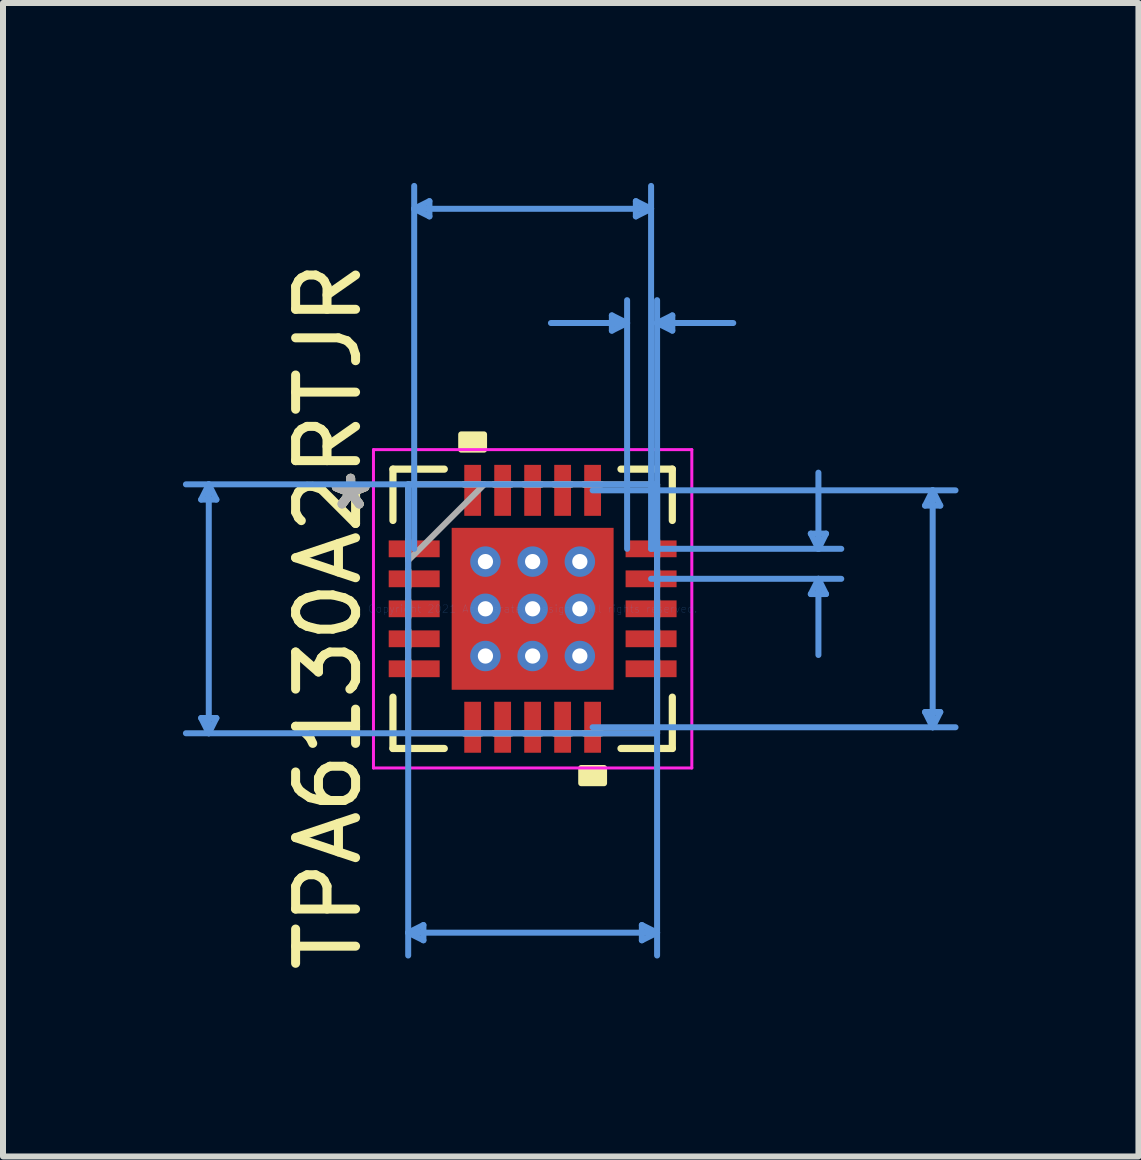
<source format=kicad_pcb>
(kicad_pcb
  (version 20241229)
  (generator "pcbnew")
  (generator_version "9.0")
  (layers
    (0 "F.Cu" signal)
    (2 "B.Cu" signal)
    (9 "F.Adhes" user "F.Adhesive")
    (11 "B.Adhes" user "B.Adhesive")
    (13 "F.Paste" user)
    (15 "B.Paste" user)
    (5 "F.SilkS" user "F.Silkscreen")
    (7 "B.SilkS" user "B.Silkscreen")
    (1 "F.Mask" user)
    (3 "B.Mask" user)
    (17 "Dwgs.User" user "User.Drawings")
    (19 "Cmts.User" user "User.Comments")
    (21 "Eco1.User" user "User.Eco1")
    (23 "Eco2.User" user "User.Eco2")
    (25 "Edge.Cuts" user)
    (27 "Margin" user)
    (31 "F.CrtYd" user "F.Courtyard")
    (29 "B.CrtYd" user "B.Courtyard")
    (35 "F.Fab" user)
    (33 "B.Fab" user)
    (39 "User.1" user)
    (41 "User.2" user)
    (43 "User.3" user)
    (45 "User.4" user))
  (footprint "TPA6130A2RTJR"
    (layer "F.Cu")
    (at 5.831 7.101)
    (property "Reference" "TPA6130A2RTJR" (at -3.407 0.125 90) (layer "F.SilkS") (effects (font (size 1 1) (thickness 0.15))))
    (attr through_hole)
    (fp_poly (pts (xy -2.45 -1.19) (xy -2.45 -0.81) (xy -1.5 -0.81) (xy -1.5 -1.19)) (stroke (width 0.1) (type solid)) (fill yes) (layer "F.Mask"))
    (fp_poly (pts (xy -2.45 -0.69) (xy -2.45 -0.31) (xy -1.5 -0.31) (xy -1.5 -0.69)) (stroke (width 0.1) (type solid)) (fill yes) (layer "F.Mask"))
    (fp_poly (pts (xy -2.45 -0.19) (xy -2.45 0.19) (xy -1.5 0.19) (xy -1.5 -0.19)) (stroke (width 0.1) (type solid)) (fill yes) (layer "F.Mask"))
    (fp_poly (pts (xy -2.45 0.31) (xy -2.45 0.69) (xy -1.5 0.69) (xy -1.5 0.31)) (stroke (width 0.1) (type solid)) (fill yes) (layer "F.Mask"))
    (fp_poly (pts (xy -2.45 0.81) (xy -2.45 1.19) (xy -1.5 1.19) (xy -1.5 0.81)) (stroke (width 0.1) (type solid)) (fill yes) (layer "F.Mask"))
    (fp_poly (pts (xy -1.413 -1.413) (xy -0.987 -1.413) (xy -0.987 1.413) (xy -1.413 1.413)) (stroke (width 0.1) (type solid)) (fill yes) (layer "F.Mask"))
    (fp_poly (pts (xy -1.413 -1.413) (xy 1.413 -1.413) (xy 1.413 -0.987) (xy -1.413 -0.987)) (stroke (width 0.1) (type solid)) (fill yes) (layer "F.Mask"))
    (fp_poly (pts (xy -1.413 -0.587) (xy 1.413 -0.587) (xy 1.413 -0.2) (xy -1.413 -0.2)) (stroke (width 0.1) (type solid)) (fill yes) (layer "F.Mask"))
    (fp_poly (pts (xy -1.413 0.2) (xy 1.413 0.2) (xy 1.413 0.587) (xy -1.413 0.587)) (stroke (width 0.1) (type solid)) (fill yes) (layer "F.Mask"))
    (fp_poly (pts (xy -1.413 0.987) (xy 1.413 0.987) (xy 1.413 1.413) (xy -1.413 1.413)) (stroke (width 0.1) (type solid)) (fill yes) (layer "F.Mask"))
    (fp_poly (pts (xy -1.19 -2.45) (xy -1.19 -1.5) (xy -0.81 -1.5) (xy -0.81 -2.45)) (stroke (width 0.1) (type solid)) (fill yes) (layer "F.Mask"))
    (fp_poly (pts (xy -1.19 1.5) (xy -1.19 2.45) (xy -0.81 2.45) (xy -0.81 1.5)) (stroke (width 0.1) (type solid)) (fill yes) (layer "F.Mask"))
    (fp_poly (pts (xy -0.69 -2.45) (xy -0.69 -1.5) (xy -0.31 -1.5) (xy -0.31 -2.45)) (stroke (width 0.1) (type solid)) (fill yes) (layer "F.Mask"))
    (fp_poly (pts (xy -0.69 1.5) (xy -0.69 2.45) (xy -0.31 2.45) (xy -0.31 1.5)) (stroke (width 0.1) (type solid)) (fill yes) (layer "F.Mask"))
    (fp_poly (pts (xy -0.2 -1.413) (xy -0.587 -1.413) (xy -0.587 1.413) (xy -0.2 1.413)) (stroke (width 0.1) (type solid)) (fill yes) (layer "F.Mask"))
    (fp_poly (pts (xy -0.19 -2.45) (xy -0.19 -1.5) (xy 0.19 -1.5) (xy 0.19 -2.45)) (stroke (width 0.1) (type solid)) (fill yes) (layer "F.Mask"))
    (fp_poly (pts (xy -0.19 1.5) (xy -0.19 2.45) (xy 0.19 2.45) (xy 0.19 1.5)) (stroke (width 0.1) (type solid)) (fill yes) (layer "F.Mask"))
    (fp_poly (pts (xy 0.31 -2.45) (xy 0.31 -1.5) (xy 0.69 -1.5) (xy 0.69 -2.45)) (stroke (width 0.1) (type solid)) (fill yes) (layer "F.Mask"))
    (fp_poly (pts (xy 0.31 1.5) (xy 0.31 2.45) (xy 0.69 2.45) (xy 0.69 1.5)) (stroke (width 0.1) (type solid)) (fill yes) (layer "F.Mask"))
    (fp_poly (pts (xy 0.587 -1.413) (xy 0.2 -1.413) (xy 0.2 1.413) (xy 0.587 1.413)) (stroke (width 0.1) (type solid)) (fill yes) (layer "F.Mask"))
    (fp_poly (pts (xy 0.81 -2.45) (xy 0.81 -1.5) (xy 1.19 -1.5) (xy 1.19 -2.45)) (stroke (width 0.1) (type solid)) (fill yes) (layer "F.Mask"))
    (fp_poly (pts (xy 0.81 1.5) (xy 0.81 2.45) (xy 1.19 2.45) (xy 1.19 1.5)) (stroke (width 0.1) (type solid)) (fill yes) (layer "F.Mask"))
    (fp_poly (pts (xy 0.987 -1.413) (xy 1.413 -1.413) (xy 1.413 1.413) (xy 0.987 1.413)) (stroke (width 0.1) (type solid)) (fill yes) (layer "F.Mask"))
    (fp_poly (pts (xy 1.5 -1.19) (xy 1.5 -0.81) (xy 2.45 -0.81) (xy 2.45 -1.19)) (stroke (width 0.1) (type solid)) (fill yes) (layer "F.Mask"))
    (fp_poly (pts (xy 1.5 -0.69) (xy 1.5 -0.31) (xy 2.45 -0.31) (xy 2.45 -0.69)) (stroke (width 0.1) (type solid)) (fill yes) (layer "F.Mask"))
    (fp_poly (pts (xy 1.5 -0.19) (xy 1.5 0.19) (xy 2.45 0.19) (xy 2.45 -0.19)) (stroke (width 0.1) (type solid)) (fill yes) (layer "F.Mask"))
    (fp_poly (pts (xy 1.5 0.31) (xy 1.5 0.69) (xy 2.45 0.69) (xy 2.45 0.31)) (stroke (width 0.1) (type solid)) (fill yes) (layer "F.Mask"))
    (fp_poly (pts (xy 1.5 0.81) (xy 1.5 1.19) (xy 2.45 1.19) (xy 2.45 0.81)) (stroke (width 0.1) (type solid)) (fill yes) (layer "F.Mask"))
    (fp_line (start -2.329 -2.329) (end -2.329 -1.473) (stroke (width 0.12) (type solid)) (layer "F.SilkS"))
    (fp_line (start -2.329 1.473) (end -2.329 2.329) (stroke (width 0.12) (type solid)) (layer "F.SilkS"))
    (fp_line (start -2.329 2.329) (end -1.473 2.329) (stroke (width 0.12) (type solid)) (layer "F.SilkS"))
    (fp_line (start -1.473 -2.329) (end -2.329 -2.329) (stroke (width 0.12) (type solid)) (layer "F.SilkS"))
    (fp_line (start 1.473 2.329) (end 2.329 2.329) (stroke (width 0.12) (type solid)) (layer "F.SilkS"))
    (fp_line (start 2.329 -2.329) (end 1.473 -2.329) (stroke (width 0.12) (type solid)) (layer "F.SilkS"))
    (fp_line (start 2.329 -1.473) (end 2.329 -2.329) (stroke (width 0.12) (type solid)) (layer "F.SilkS"))
    (fp_line (start 2.329 2.329) (end 2.329 1.473) (stroke (width 0.12) (type solid)) (layer "F.SilkS"))
    (fp_poly (pts (xy -1.191 -2.654) (xy -1.191 -2.908) (xy -0.81 -2.908) (xy -0.81 -2.654)) (stroke (width 0.1) (type solid)) (fill yes) (layer "F.SilkS"))
    (fp_poly (pts (xy 0.81 2.654) (xy 0.81 2.908) (xy 1.191 2.908) (xy 1.191 2.654)) (stroke (width 0.1) (type solid)) (fill yes) (layer "F.SilkS"))
    (fp_poly (pts (xy -2.375 -1.115) (xy -2.375 -0.885) (xy -1.575 -0.885) (xy -1.575 -1.115)) (stroke (width 0.1) (type solid)) (fill yes) (layer "F.Paste"))
    (fp_poly (pts (xy -2.375 -0.615) (xy -2.375 -0.385) (xy -1.575 -0.385) (xy -1.575 -0.615)) (stroke (width 0.1) (type solid)) (fill yes) (layer "F.Paste"))
    (fp_poly (pts (xy -2.375 -0.115) (xy -2.375 0.115) (xy -1.575 0.115) (xy -1.575 -0.115)) (stroke (width 0.1) (type solid)) (fill yes) (layer "F.Paste"))
    (fp_poly (pts (xy -2.375 0.385) (xy -2.375 0.615) (xy -1.575 0.615) (xy -1.575 0.385)) (stroke (width 0.1) (type solid)) (fill yes) (layer "F.Paste"))
    (fp_poly (pts (xy -2.375 0.885) (xy -2.375 1.115) (xy -1.575 1.115) (xy -1.575 0.885)) (stroke (width 0.1) (type solid)) (fill yes) (layer "F.Paste"))
    (fp_poly (pts (xy -1.115 -2.375) (xy -1.115 -1.575) (xy -0.885 -1.575) (xy -0.885 -2.375)) (stroke (width 0.1) (type solid)) (fill yes) (layer "F.Paste"))
    (fp_poly (pts (xy -1.115 1.575) (xy -1.115 2.375) (xy -0.885 2.375) (xy -0.885 1.575)) (stroke (width 0.1) (type solid)) (fill yes) (layer "F.Paste"))
    (fp_poly (pts (xy -0.615 -2.375) (xy -0.615 -1.575) (xy -0.385 -1.575) (xy -0.385 -2.375)) (stroke (width 0.1) (type solid)) (fill yes) (layer "F.Paste"))
    (fp_poly (pts (xy -0.615 1.575) (xy -0.615 2.375) (xy -0.385 2.375) (xy -0.385 1.575)) (stroke (width 0.1) (type solid)) (fill yes) (layer "F.Paste"))
    (fp_poly (pts (xy -0.115 -2.375) (xy -0.115 -1.575) (xy 0.115 -1.575) (xy 0.115 -2.375)) (stroke (width 0.1) (type solid)) (fill yes) (layer "F.Paste"))
    (fp_poly (pts (xy -0.115 1.575) (xy -0.115 2.375) (xy 0.115 2.375) (xy 0.115 1.575)) (stroke (width 0.1) (type solid)) (fill yes) (layer "F.Paste"))
    (fp_poly (pts (xy 0.385 -2.375) (xy 0.385 -1.575) (xy 0.615 -1.575) (xy 0.615 -2.375)) (stroke (width 0.1) (type solid)) (fill yes) (layer "F.Paste"))
    (fp_poly (pts (xy 0.385 1.575) (xy 0.385 2.375) (xy 0.615 2.375) (xy 0.615 1.575)) (stroke (width 0.1) (type solid)) (fill yes) (layer "F.Paste"))
    (fp_poly (pts (xy 0.885 -2.375) (xy 0.885 -1.575) (xy 1.115 -1.575) (xy 1.115 -2.375)) (stroke (width 0.1) (type solid)) (fill yes) (layer "F.Paste"))
    (fp_poly (pts (xy 0.885 1.575) (xy 0.885 2.375) (xy 1.115 2.375) (xy 1.115 1.575)) (stroke (width 0.1) (type solid)) (fill yes) (layer "F.Paste"))
    (fp_poly (pts (xy 1.575 -1.115) (xy 1.575 -0.885) (xy 2.375 -0.885) (xy 2.375 -1.115)) (stroke (width 0.1) (type solid)) (fill yes) (layer "F.Paste"))
    (fp_poly (pts (xy 1.575 -0.615) (xy 1.575 -0.385) (xy 2.375 -0.385) (xy 2.375 -0.615)) (stroke (width 0.1) (type solid)) (fill yes) (layer "F.Paste"))
    (fp_poly (pts (xy 1.575 -0.115) (xy 1.575 0.115) (xy 2.375 0.115) (xy 2.375 -0.115)) (stroke (width 0.1) (type solid)) (fill yes) (layer "F.Paste"))
    (fp_poly (pts (xy 1.575 0.385) (xy 1.575 0.615) (xy 2.375 0.615) (xy 2.375 0.385)) (stroke (width 0.1) (type solid)) (fill yes) (layer "F.Paste"))
    (fp_poly (pts (xy 1.575 0.885) (xy 1.575 1.115) (xy 2.375 1.115) (xy 2.375 0.885)) (stroke (width 0.1) (type solid)) (fill yes) (layer "F.Paste"))
    (fp_poly (pts (xy -1.275 -1.275) (xy -1.275 -0.887) (xy -1.029 -0.887) (xy -0.887 -1.029) (xy -0.887 -1.275)) (stroke (width 0.1) (type solid)) (fill yes) (layer "F.Paste"))
    (fp_poly (pts (xy -1.275 0.887) (xy -1.275 1.275) (xy -0.887 1.275) (xy -0.887 1.029) (xy -1.029 0.887)) (stroke (width 0.1) (type solid)) (fill yes) (layer "F.Paste"))
    (fp_poly (pts (xy 0.887 -1.275) (xy 0.887 -1.029) (xy 1.029 -0.887) (xy 1.275 -0.887) (xy 1.275 -1.275)) (stroke (width 0.1) (type solid)) (fill yes) (layer "F.Paste"))
    (fp_poly (pts (xy 1.029 0.887) (xy 0.887 1.029) (xy 0.887 1.275) (xy 1.275 1.275) (xy 1.275 0.887)) (stroke (width 0.1) (type solid)) (fill yes) (layer "F.Paste"))
    (fp_poly (pts (xy -1.275 -0.687) (xy -1.275 -0.1) (xy -1.029 -0.1) (xy -0.887 -0.241) (xy -0.887 -0.546) (xy -1.029 -0.687)) (stroke (width 0.1) (type solid)) (fill yes) (layer "F.Paste"))
    (fp_poly (pts (xy -1.275 0.1) (xy -1.275 0.687) (xy -1.029 0.687) (xy -0.887 0.546) (xy -0.887 0.241) (xy -1.029 0.1)) (stroke (width 0.1) (type solid)) (fill yes) (layer "F.Paste"))
    (fp_poly (pts (xy -0.687 -1.275) (xy -0.687 -1.029) (xy -0.546 -0.887) (xy -0.241 -0.887) (xy -0.1 -1.029) (xy -0.1 -1.275)) (stroke (width 0.1) (type solid)) (fill yes) (layer "F.Paste"))
    (fp_poly (pts (xy -0.546 0.887) (xy -0.687 1.029) (xy -0.687 1.275) (xy -0.1 1.275) (xy -0.1 1.029) (xy -0.241 0.887)) (stroke (width 0.1) (type solid)) (fill yes) (layer "F.Paste"))
    (fp_poly (pts (xy 0.1 -1.275) (xy 0.1 -1.029) (xy 0.241 -0.887) (xy 0.546 -0.887) (xy 0.687 -1.029) (xy 0.687 -1.275)) (stroke (width 0.1) (type solid)) (fill yes) (layer "F.Paste"))
    (fp_poly (pts (xy 0.241 0.887) (xy 0.1 1.029) (xy 0.1 1.275) (xy 0.687 1.275) (xy 0.687 1.029) (xy 0.546 0.887)) (stroke (width 0.1) (type solid)) (fill yes) (layer "F.Paste"))
    (fp_poly (pts (xy 1.029 -0.687) (xy 0.887 -0.546) (xy 0.887 -0.241) (xy 1.029 -0.1) (xy 1.275 -0.1) (xy 1.275 -0.687)) (stroke (width 0.1) (type solid)) (fill yes) (layer "F.Paste"))
    (fp_poly (pts (xy 1.029 0.1) (xy 0.887 0.241) (xy 0.887 0.546) (xy 1.029 0.687) (xy 1.275 0.687) (xy 1.275 0.1)) (stroke (width 0.1) (type solid)) (fill yes) (layer "F.Paste"))
    (fp_poly (pts (xy -0.546 -0.687) (xy -0.687 -0.546) (xy -0.687 -0.241) (xy -0.546 -0.1) (xy -0.241 -0.1) (xy -0.1 -0.241) (xy -0.1 -0.546) (xy -0.241 -0.687)) (stroke (width 0.1) (type solid)) (fill yes) (layer "F.Paste"))
    (fp_poly (pts (xy -0.546 0.1) (xy -0.687 0.241) (xy -0.687 0.546) (xy -0.546 0.687) (xy -0.241 0.687) (xy -0.1 0.546) (xy -0.1 0.241) (xy -0.241 0.1)) (stroke (width 0.1) (type solid)) (fill yes) (layer "F.Paste"))
    (fp_poly (pts (xy 0.241 -0.687) (xy 0.1 -0.546) (xy 0.1 -0.241) (xy 0.241 -0.1) (xy 0.546 -0.1) (xy 0.687 -0.241) (xy 0.687 -0.546) (xy 0.546 -0.687)) (stroke (width 0.1) (type solid)) (fill yes) (layer "F.Paste"))
    (fp_poly (pts (xy 0.241 0.1) (xy 0.1 0.241) (xy 0.1 0.546) (xy 0.241 0.687) (xy 0.546 0.687) (xy 0.687 0.546) (xy 0.687 0.241) (xy 0.546 0.1)) (stroke (width 0.1) (type solid)) (fill yes) (layer "F.Paste"))
    (fp_line (start -5.527 -1.821) (end -5.273 -1.821) (stroke (width 0.1) (type solid)) (layer "Cmts.User"))
    (fp_line (start -5.527 1.821) (end -5.273 1.821) (stroke (width 0.1) (type solid)) (layer "Cmts.User"))
    (fp_line (start -5.4 -2.075) (end -5.527 -1.821) (stroke (width 0.1) (type solid)) (layer "Cmts.User"))
    (fp_line (start -5.4 -2.075) (end -5.4 2.075) (stroke (width 0.1) (type solid)) (layer "Cmts.User"))
    (fp_line (start -5.4 -2.075) (end -5.273 -1.821) (stroke (width 0.1) (type solid)) (layer "Cmts.User"))
    (fp_line (start -5.4 2.075) (end -5.527 1.821) (stroke (width 0.1) (type solid)) (layer "Cmts.User"))
    (fp_line (start -5.4 2.075) (end -5.273 1.821) (stroke (width 0.1) (type solid)) (layer "Cmts.User"))
    (fp_line (start -2.075 -2.075) (end -2.075 5.781) (stroke (width 0.1) (type solid)) (layer "Cmts.User"))
    (fp_line (start -2.075 5.4) (end -1.821 5.273) (stroke (width 0.1) (type solid)) (layer "Cmts.User"))
    (fp_line (start -2.075 5.4) (end -1.821 5.527) (stroke (width 0.1) (type solid)) (layer "Cmts.User"))
    (fp_line (start -2.075 5.4) (end 2.075 5.4) (stroke (width 0.1) (type solid)) (layer "Cmts.User"))
    (fp_line (start -1.975 -6.67) (end -1.721 -6.797) (stroke (width 0.1) (type solid)) (layer "Cmts.User"))
    (fp_line (start -1.975 -6.67) (end -1.721 -6.543) (stroke (width 0.1) (type solid)) (layer "Cmts.User"))
    (fp_line (start -1.975 -6.67) (end 1.975 -6.67) (stroke (width 0.1) (type solid)) (layer "Cmts.User"))
    (fp_line (start -1.975 -1) (end -1.975 -7.051) (stroke (width 0.1) (type solid)) (layer "Cmts.User"))
    (fp_line (start -1.821 5.273) (end -1.821 5.527) (stroke (width 0.1) (type solid)) (layer "Cmts.User"))
    (fp_line (start -1.721 -6.797) (end -1.721 -6.543) (stroke (width 0.1) (type solid)) (layer "Cmts.User"))
    (fp_line (start 1 -1.975) (end 7.051 -1.975) (stroke (width 0.1) (type solid)) (layer "Cmts.User"))
    (fp_line (start 1 1.975) (end 7.051 1.975) (stroke (width 0.1) (type solid)) (layer "Cmts.User"))
    (fp_line (start 1.321 -4.892) (end 1.321 -4.638) (stroke (width 0.1) (type solid)) (layer "Cmts.User"))
    (fp_line (start 1.575 -4.765) (end 0.305 -4.765) (stroke (width 0.1) (type solid)) (layer "Cmts.User"))
    (fp_line (start 1.575 -4.765) (end 1.321 -4.892) (stroke (width 0.1) (type solid)) (layer "Cmts.User"))
    (fp_line (start 1.575 -4.765) (end 1.321 -4.638) (stroke (width 0.1) (type solid)) (layer "Cmts.User"))
    (fp_line (start 1.575 -1) (end 1.575 -5.146) (stroke (width 0.1) (type solid)) (layer "Cmts.User"))
    (fp_line (start 1.721 -6.797) (end 1.721 -6.543) (stroke (width 0.1) (type solid)) (layer "Cmts.User"))
    (fp_line (start 1.821 5.273) (end 1.821 5.527) (stroke (width 0.1) (type solid)) (layer "Cmts.User"))
    (fp_line (start 1.975 -6.67) (end 1.721 -6.797) (stroke (width 0.1) (type solid)) (layer "Cmts.User"))
    (fp_line (start 1.975 -6.67) (end 1.721 -6.543) (stroke (width 0.1) (type solid)) (layer "Cmts.User"))
    (fp_line (start 1.975 -1) (end 1.975 -7.051) (stroke (width 0.1) (type solid)) (layer "Cmts.User"))
    (fp_line (start 1.975 -1) (end 5.146 -1) (stroke (width 0.1) (type solid)) (layer "Cmts.User"))
    (fp_line (start 1.975 -0.5) (end 5.146 -0.5) (stroke (width 0.1) (type solid)) (layer "Cmts.User"))
    (fp_line (start 2.075 -4.765) (end 2.329 -4.892) (stroke (width 0.1) (type solid)) (layer "Cmts.User"))
    (fp_line (start 2.075 -4.765) (end 2.329 -4.638) (stroke (width 0.1) (type solid)) (layer "Cmts.User"))
    (fp_line (start 2.075 -4.765) (end 3.345 -4.765) (stroke (width 0.1) (type solid)) (layer "Cmts.User"))
    (fp_line (start 2.075 -2.075) (end -5.781 -2.075) (stroke (width 0.1) (type solid)) (layer "Cmts.User"))
    (fp_line (start 2.075 -2.075) (end 2.075 5.781) (stroke (width 0.1) (type solid)) (layer "Cmts.User"))
    (fp_line (start 2.075 -1) (end 2.075 -5.146) (stroke (width 0.1) (type solid)) (layer "Cmts.User"))
    (fp_line (start 2.075 2.075) (end -5.781 2.075) (stroke (width 0.1) (type solid)) (layer "Cmts.User"))
    (fp_line (start 2.075 5.4) (end 1.821 5.273) (stroke (width 0.1) (type solid)) (layer "Cmts.User"))
    (fp_line (start 2.075 5.4) (end 1.821 5.527) (stroke (width 0.1) (type solid)) (layer "Cmts.User"))
    (fp_line (start 2.329 -4.892) (end 2.329 -4.638) (stroke (width 0.1) (type solid)) (layer "Cmts.User"))
    (fp_line (start 4.638 -1.254) (end 4.892 -1.254) (stroke (width 0.1) (type solid)) (layer "Cmts.User"))
    (fp_line (start 4.638 -0.246) (end 4.892 -0.246) (stroke (width 0.1) (type solid)) (layer "Cmts.User"))
    (fp_line (start 4.765 -1) (end 4.638 -1.254) (stroke (width 0.1) (type solid)) (layer "Cmts.User"))
    (fp_line (start 4.765 -1) (end 4.765 -2.27) (stroke (width 0.1) (type solid)) (layer "Cmts.User"))
    (fp_line (start 4.765 -1) (end 4.892 -1.254) (stroke (width 0.1) (type solid)) (layer "Cmts.User"))
    (fp_line (start 4.765 -0.5) (end 4.638 -0.246) (stroke (width 0.1) (type solid)) (layer "Cmts.User"))
    (fp_line (start 4.765 -0.5) (end 4.765 0.77) (stroke (width 0.1) (type solid)) (layer "Cmts.User"))
    (fp_line (start 4.765 -0.5) (end 4.892 -0.246) (stroke (width 0.1) (type solid)) (layer "Cmts.User"))
    (fp_line (start 6.543 -1.721) (end 6.797 -1.721) (stroke (width 0.1) (type solid)) (layer "Cmts.User"))
    (fp_line (start 6.543 1.721) (end 6.797 1.721) (stroke (width 0.1) (type solid)) (layer "Cmts.User"))
    (fp_line (start 6.67 -1.975) (end 6.543 -1.721) (stroke (width 0.1) (type solid)) (layer "Cmts.User"))
    (fp_line (start 6.67 -1.975) (end 6.67 1.975) (stroke (width 0.1) (type solid)) (layer "Cmts.User"))
    (fp_line (start 6.67 -1.975) (end 6.797 -1.721) (stroke (width 0.1) (type solid)) (layer "Cmts.User"))
    (fp_line (start 6.67 1.975) (end 6.543 1.721) (stroke (width 0.1) (type solid)) (layer "Cmts.User"))
    (fp_line (start 6.67 1.975) (end 6.797 1.721) (stroke (width 0.1) (type solid)) (layer "Cmts.User"))
    (fp_line (start -2.654 -2.654) (end 2.654 -2.654) (stroke (width 0.05) (type solid)) (layer "F.CrtYd"))
    (fp_line (start -2.654 2.654) (end -2.654 -2.654) (stroke (width 0.05) (type solid)) (layer "F.CrtYd"))
    (fp_line (start 2.654 -2.654) (end 2.654 2.654) (stroke (width 0.05) (type solid)) (layer "F.CrtYd"))
    (fp_line (start 2.654 2.654) (end -2.654 2.654) (stroke (width 0.05) (type solid)) (layer "F.CrtYd"))
    (fp_line (start -2.075 -2.075) (end -2.075 2.075) (stroke (width 0.1) (type solid)) (layer "F.Fab"))
    (fp_line (start -2.075 -1.15) (end -2.075 -1.15) (stroke (width 0.1) (type solid)) (layer "F.Fab"))
    (fp_line (start -2.075 -1.15) (end -2.075 -0.85) (stroke (width 0.1) (type solid)) (layer "F.Fab"))
    (fp_line (start -2.075 -0.85) (end -2.075 -1.15) (stroke (width 0.1) (type solid)) (layer "F.Fab"))
    (fp_line (start -2.075 -0.85) (end -2.075 -0.85) (stroke (width 0.1) (type solid)) (layer "F.Fab"))
    (fp_line (start -2.075 -0.805) (end -0.805 -2.075) (stroke (width 0.1) (type solid)) (layer "F.Fab"))
    (fp_line (start -2.075 -0.65) (end -2.075 -0.65) (stroke (width 0.1) (type solid)) (layer "F.Fab"))
    (fp_line (start -2.075 -0.65) (end -2.075 -0.35) (stroke (width 0.1) (type solid)) (layer "F.Fab"))
    (fp_line (start -2.075 -0.35) (end -2.075 -0.65) (stroke (width 0.1) (type solid)) (layer "F.Fab"))
    (fp_line (start -2.075 -0.35) (end -2.075 -0.35) (stroke (width 0.1) (type solid)) (layer "F.Fab"))
    (fp_line (start -2.075 -0.15) (end -2.075 -0.15) (stroke (width 0.1) (type solid)) (layer "F.Fab"))
    (fp_line (start -2.075 -0.15) (end -2.075 0.15) (stroke (width 0.1) (type solid)) (layer "F.Fab"))
    (fp_line (start -2.075 0.15) (end -2.075 -0.15) (stroke (width 0.1) (type solid)) (layer "F.Fab"))
    (fp_line (start -2.075 0.15) (end -2.075 0.15) (stroke (width 0.1) (type solid)) (layer "F.Fab"))
    (fp_line (start -2.075 0.35) (end -2.075 0.35) (stroke (width 0.1) (type solid)) (layer "F.Fab"))
    (fp_line (start -2.075 0.35) (end -2.075 0.65) (stroke (width 0.1) (type solid)) (layer "F.Fab"))
    (fp_line (start -2.075 0.65) (end -2.075 0.35) (stroke (width 0.1) (type solid)) (layer "F.Fab"))
    (fp_line (start -2.075 0.65) (end -2.075 0.65) (stroke (width 0.1) (type solid)) (layer "F.Fab"))
    (fp_line (start -2.075 0.85) (end -2.075 0.85) (stroke (width 0.1) (type solid)) (layer "F.Fab"))
    (fp_line (start -2.075 0.85) (end -2.075 1.15) (stroke (width 0.1) (type solid)) (layer "F.Fab"))
    (fp_line (start -2.075 1.15) (end -2.075 0.85) (stroke (width 0.1) (type solid)) (layer "F.Fab"))
    (fp_line (start -2.075 1.15) (end -2.075 1.15) (stroke (width 0.1) (type solid)) (layer "F.Fab"))
    (fp_line (start -2.075 2.075) (end 2.075 2.075) (stroke (width 0.1) (type solid)) (layer "F.Fab"))
    (fp_line (start -1.15 -2.075) (end -1.15 -2.075) (stroke (width 0.1) (type solid)) (layer "F.Fab"))
    (fp_line (start -1.15 -2.075) (end -0.85 -2.075) (stroke (width 0.1) (type solid)) (layer "F.Fab"))
    (fp_line (start -1.15 2.075) (end -1.15 2.075) (stroke (width 0.1) (type solid)) (layer "F.Fab"))
    (fp_line (start -1.15 2.075) (end -0.85 2.075) (stroke (width 0.1) (type solid)) (layer "F.Fab"))
    (fp_line (start -0.85 -2.075) (end -1.15 -2.075) (stroke (width 0.1) (type solid)) (layer "F.Fab"))
    (fp_line (start -0.85 -2.075) (end -0.85 -2.075) (stroke (width 0.1) (type solid)) (layer "F.Fab"))
    (fp_line (start -0.85 2.075) (end -1.15 2.075) (stroke (width 0.1) (type solid)) (layer "F.Fab"))
    (fp_line (start -0.85 2.075) (end -0.85 2.075) (stroke (width 0.1) (type solid)) (layer "F.Fab"))
    (fp_line (start -0.65 -2.075) (end -0.65 -2.075) (stroke (width 0.1) (type solid)) (layer "F.Fab"))
    (fp_line (start -0.65 -2.075) (end -0.35 -2.075) (stroke (width 0.1) (type solid)) (layer "F.Fab"))
    (fp_line (start -0.65 2.075) (end -0.65 2.075) (stroke (width 0.1) (type solid)) (layer "F.Fab"))
    (fp_line (start -0.65 2.075) (end -0.35 2.075) (stroke (width 0.1) (type solid)) (layer "F.Fab"))
    (fp_line (start -0.35 -2.075) (end -0.65 -2.075) (stroke (width 0.1) (type solid)) (layer "F.Fab"))
    (fp_line (start -0.35 -2.075) (end -0.35 -2.075) (stroke (width 0.1) (type solid)) (layer "F.Fab"))
    (fp_line (start -0.35 2.075) (end -0.65 2.075) (stroke (width 0.1) (type solid)) (layer "F.Fab"))
    (fp_line (start -0.35 2.075) (end -0.35 2.075) (stroke (width 0.1) (type solid)) (layer "F.Fab"))
    (fp_line (start -0.15 -2.075) (end -0.15 -2.075) (stroke (width 0.1) (type solid)) (layer "F.Fab"))
    (fp_line (start -0.15 -2.075) (end 0.15 -2.075) (stroke (width 0.1) (type solid)) (layer "F.Fab"))
    (fp_line (start -0.15 2.075) (end -0.15 2.075) (stroke (width 0.1) (type solid)) (layer "F.Fab"))
    (fp_line (start -0.15 2.075) (end 0.15 2.075) (stroke (width 0.1) (type solid)) (layer "F.Fab"))
    (fp_line (start 0.15 -2.075) (end -0.15 -2.075) (stroke (width 0.1) (type solid)) (layer "F.Fab"))
    (fp_line (start 0.15 -2.075) (end 0.15 -2.075) (stroke (width 0.1) (type solid)) (layer "F.Fab"))
    (fp_line (start 0.15 2.075) (end -0.15 2.075) (stroke (width 0.1) (type solid)) (layer "F.Fab"))
    (fp_line (start 0.15 2.075) (end 0.15 2.075) (stroke (width 0.1) (type solid)) (layer "F.Fab"))
    (fp_line (start 0.35 -2.075) (end 0.35 -2.075) (stroke (width 0.1) (type solid)) (layer "F.Fab"))
    (fp_line (start 0.35 -2.075) (end 0.65 -2.075) (stroke (width 0.1) (type solid)) (layer "F.Fab"))
    (fp_line (start 0.35 2.075) (end 0.35 2.075) (stroke (width 0.1) (type solid)) (layer "F.Fab"))
    (fp_line (start 0.35 2.075) (end 0.65 2.075) (stroke (width 0.1) (type solid)) (layer "F.Fab"))
    (fp_line (start 0.65 -2.075) (end 0.35 -2.075) (stroke (width 0.1) (type solid)) (layer "F.Fab"))
    (fp_line (start 0.65 -2.075) (end 0.65 -2.075) (stroke (width 0.1) (type solid)) (layer "F.Fab"))
    (fp_line (start 0.65 2.075) (end 0.35 2.075) (stroke (width 0.1) (type solid)) (layer "F.Fab"))
    (fp_line (start 0.65 2.075) (end 0.65 2.075) (stroke (width 0.1) (type solid)) (layer "F.Fab"))
    (fp_line (start 0.85 -2.075) (end 0.85 -2.075) (stroke (width 0.1) (type solid)) (layer "F.Fab"))
    (fp_line (start 0.85 -2.075) (end 1.15 -2.075) (stroke (width 0.1) (type solid)) (layer "F.Fab"))
    (fp_line (start 0.85 2.075) (end 0.85 2.075) (stroke (width 0.1) (type solid)) (layer "F.Fab"))
    (fp_line (start 0.85 2.075) (end 1.15 2.075) (stroke (width 0.1) (type solid)) (layer "F.Fab"))
    (fp_line (start 1.15 -2.075) (end 0.85 -2.075) (stroke (width 0.1) (type solid)) (layer "F.Fab"))
    (fp_line (start 1.15 -2.075) (end 1.15 -2.075) (stroke (width 0.1) (type solid)) (layer "F.Fab"))
    (fp_line (start 1.15 2.075) (end 0.85 2.075) (stroke (width 0.1) (type solid)) (layer "F.Fab"))
    (fp_line (start 1.15 2.075) (end 1.15 2.075) (stroke (width 0.1) (type solid)) (layer "F.Fab"))
    (fp_line (start 2.075 -2.075) (end -2.075 -2.075) (stroke (width 0.1) (type solid)) (layer "F.Fab"))
    (fp_line (start 2.075 -1.15) (end 2.075 -1.15) (stroke (width 0.1) (type solid)) (layer "F.Fab"))
    (fp_line (start 2.075 -1.15) (end 2.075 -0.85) (stroke (width 0.1) (type solid)) (layer "F.Fab"))
    (fp_line (start 2.075 -0.85) (end 2.075 -1.15) (stroke (width 0.1) (type solid)) (layer "F.Fab"))
    (fp_line (start 2.075 -0.85) (end 2.075 -0.85) (stroke (width 0.1) (type solid)) (layer "F.Fab"))
    (fp_line (start 2.075 -0.65) (end 2.075 -0.65) (stroke (width 0.1) (type solid)) (layer "F.Fab"))
    (fp_line (start 2.075 -0.65) (end 2.075 -0.35) (stroke (width 0.1) (type solid)) (layer "F.Fab"))
    (fp_line (start 2.075 -0.35) (end 2.075 -0.65) (stroke (width 0.1) (type solid)) (layer "F.Fab"))
    (fp_line (start 2.075 -0.35) (end 2.075 -0.35) (stroke (width 0.1) (type solid)) (layer "F.Fab"))
    (fp_line (start 2.075 -0.15) (end 2.075 -0.15) (stroke (width 0.1) (type solid)) (layer "F.Fab"))
    (fp_line (start 2.075 -0.15) (end 2.075 0.15) (stroke (width 0.1) (type solid)) (layer "F.Fab"))
    (fp_line (start 2.075 0.15) (end 2.075 -0.15) (stroke (width 0.1) (type solid)) (layer "F.Fab"))
    (fp_line (start 2.075 0.15) (end 2.075 0.15) (stroke (width 0.1) (type solid)) (layer "F.Fab"))
    (fp_line (start 2.075 0.35) (end 2.075 0.35) (stroke (width 0.1) (type solid)) (layer "F.Fab"))
    (fp_line (start 2.075 0.35) (end 2.075 0.65) (stroke (width 0.1) (type solid)) (layer "F.Fab"))
    (fp_line (start 2.075 0.65) (end 2.075 0.35) (stroke (width 0.1) (type solid)) (layer "F.Fab"))
    (fp_line (start 2.075 0.65) (end 2.075 0.65) (stroke (width 0.1) (type solid)) (layer "F.Fab"))
    (fp_line (start 2.075 0.85) (end 2.075 0.85) (stroke (width 0.1) (type solid)) (layer "F.Fab"))
    (fp_line (start 2.075 0.85) (end 2.075 1.15) (stroke (width 0.1) (type solid)) (layer "F.Fab"))
    (fp_line (start 2.075 1.15) (end 2.075 0.85) (stroke (width 0.1) (type solid)) (layer "F.Fab"))
    (fp_line (start 2.075 1.15) (end 2.075 1.15) (stroke (width 0.1) (type solid)) (layer "F.Fab"))
    (fp_line (start 2.075 2.075) (end 2.075 -2.075) (stroke (width 0.1) (type solid)) (layer "F.Fab"))
    (fp_text user "*" (at -3.035 -1.631 0) (layer "F.SilkS") (effects (font (size 1 1) (thickness 0.15))))
    (fp_text user "*" (at -3.035 -1.631 0) (layer "F.SilkS") (effects (font (size 1 1) (thickness 0.15))))
    (fp_text user "Copyright 2021 Accelerated Designs. All rights reserved." (at 0 0 0) (layer "Cmts.User") (effects (font (size 0.127 0.127) (thickness 0.002))))
    (fp_text user "*" (at -3.035 -1.631 0) (layer "F.Fab") (effects (font (size 1 1) (thickness 0.15))))
    (fp_text user "*" (at -3.035 -1.631 0) (layer "F.Fab") (effects (font (size 1 1) (thickness 0.15))))
    (pad "1" smd rect (at -1.975 -1 90) (size 0.28 0.85) (layers "F.Cu" "F.Mask"))
    (pad "2" smd rect (at -1.975 -0.5 90) (size 0.28 0.85) (layers "F.Cu" "F.Mask"))
    (pad "3" smd rect (at -1.975 0 90) (size 0.28 0.85) (layers "F.Cu" "F.Mask"))
    (pad "4" smd rect (at -1.975 0.5 90) (size 0.28 0.85) (layers "F.Cu" "F.Mask"))
    (pad "5" smd rect (at -1.975 1 90) (size 0.28 0.85) (layers "F.Cu" "F.Mask"))
    (pad "6" smd rect (at -1 1.975) (size 0.28 0.85) (layers "F.Cu" "F.Mask"))
    (pad "7" smd rect (at -0.5 1.975) (size 0.28 0.85) (layers "F.Cu" "F.Mask"))
    (pad "8" smd rect (at 0 1.975) (size 0.28 0.85) (layers "F.Cu" "F.Mask"))
    (pad "9" smd rect (at 0.5 1.975) (size 0.28 0.85) (layers "F.Cu" "F.Mask"))
    (pad "10" smd rect (at 1 1.975) (size 0.28 0.85) (layers "F.Cu" "F.Mask"))
    (pad "11" smd rect (at 1.975 1 90) (size 0.28 0.85) (layers "F.Cu" "F.Mask"))
    (pad "12" smd rect (at 1.975 0.5 90) (size 0.28 0.85) (layers "F.Cu" "F.Mask"))
    (pad "13" smd rect (at 1.975 0 90) (size 0.28 0.85) (layers "F.Cu" "F.Mask"))
    (pad "14" smd rect (at 1.975 -0.5 90) (size 0.28 0.85) (layers "F.Cu" "F.Mask"))
    (pad "15" smd rect (at 1.975 -1 90) (size 0.28 0.85) (layers "F.Cu" "F.Mask"))
    (pad "16" smd rect (at 1 -1.975) (size 0.28 0.85) (layers "F.Cu" "F.Mask"))
    (pad "17" smd rect (at 0.5 -1.975) (size 0.28 0.85) (layers "F.Cu" "F.Mask"))
    (pad "18" smd rect (at 0 -1.975) (size 0.28 0.85) (layers "F.Cu" "F.Mask"))
    (pad "19" smd rect (at -0.5 -1.975) (size 0.28 0.85) (layers "F.Cu" "F.Mask"))
    (pad "20" smd rect (at -1 -1.975) (size 0.28 0.85) (layers "F.Cu" "F.Mask"))
    (pad "21" smd rect (at 0 0) (size 2.7 2.7) (layers "F.Cu"))
    (pad "V" thru_hole circle (at -0.787 -0.787) (size 0.508 0.508) (drill 0.254) (layers "*.Cu" "*.Mask"))
    (pad "V" thru_hole circle (at -0.787 0) (size 0.508 0.508) (drill 0.254) (layers "*.Cu" "*.Mask"))
    (pad "V" thru_hole circle (at -0.787 0.787) (size 0.508 0.508) (drill 0.254) (layers "*.Cu" "*.Mask"))
    (pad "V" thru_hole circle (at 0 -0.787) (size 0.508 0.508) (drill 0.254) (layers "*.Cu" "*.Mask"))
    (pad "V" thru_hole circle (at 0 0) (size 0.508 0.508) (drill 0.254) (layers "*.Cu" "*.Mask"))
    (pad "V" thru_hole circle (at 0 0.787) (size 0.508 0.508) (drill 0.254) (layers "*.Cu" "*.Mask"))
    (pad "V" thru_hole circle (at 0.787 -0.787) (size 0.508 0.508) (drill 0.254) (layers "*.Cu" "*.Mask"))
    (pad "V" thru_hole circle (at 0.787 0) (size 0.508 0.508) (drill 0.254) (layers "*.Cu" "*.Mask"))
    (pad "V" thru_hole circle (at 0.787 0.787) (size 0.508 0.508) (drill 0.254) (layers "*.Cu" "*.Mask")))
  (gr_rect
    (start -3 -3)
    (end 15.932 16.232)
    (stroke (width 0.1) (type default))
    (fill no)
    (layer "Edge.Cuts")))
</source>
